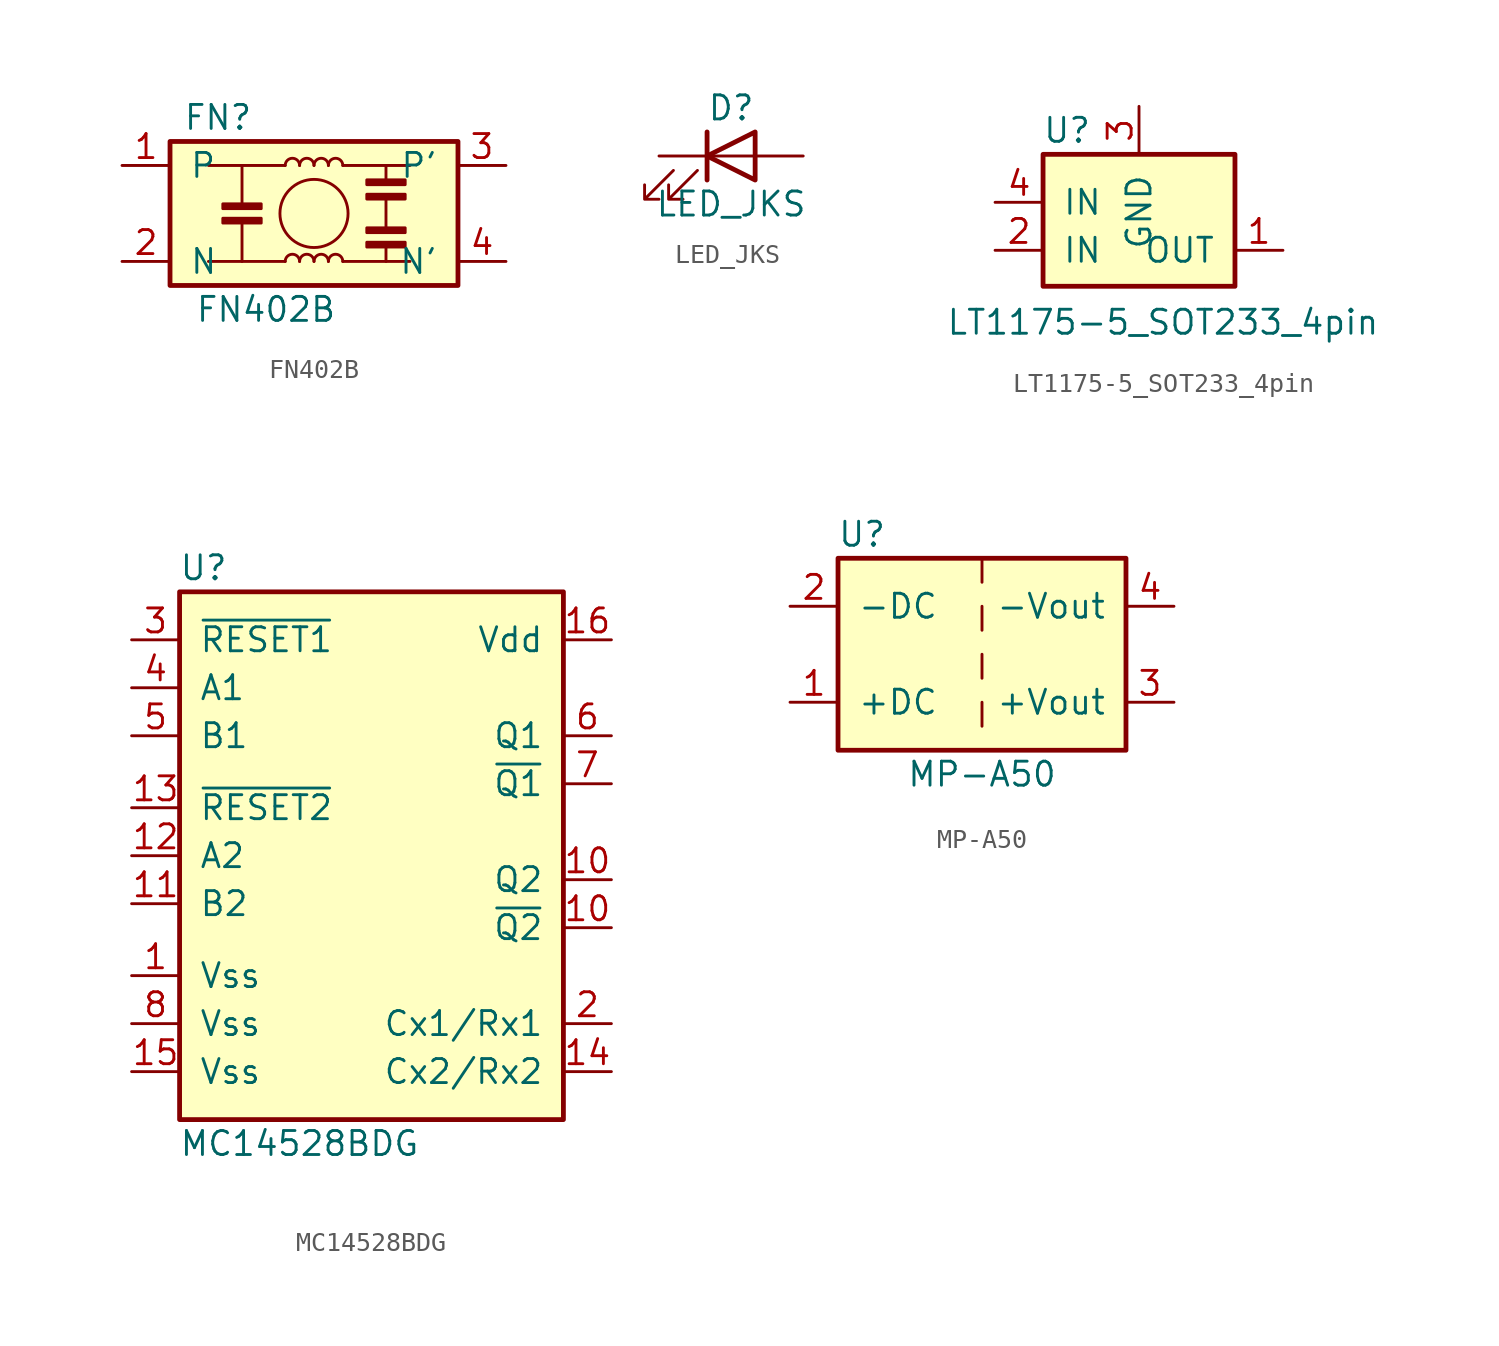
<source format=kicad_sym>
(kicad_symbol_lib
  (version 20211014)
  (generator kicad_symbol_editor)
  (symbol "FN402B"
    (pin_names
      (offset 1.016))
    (property "Reference" "FN"
      (at -5.08 5.08 0)
      (effects (font (size 1.27 1.27))))
    (property "Value" "FN402B"
      (at -2.54 -5.08 0)
      (effects (font (size 1.27 1.27))))
    (symbol "FN402B_1_1"
      (rectangle (start -7.62 3.81) (end 7.62 -3.81) (stroke (width 0.254) (type default) (color 0 0 0 0)) (fill (type background)))
      (rectangle (start -4.826 -0.254) (end -2.794 -0.508) (stroke (width 0) (type default) (color 0 0 0 0)) (fill (type outline)))
      (rectangle (start -4.826 0.254) (end -2.794 0.508) (stroke (width 0) (type default) (color 0 0 0 0)) (fill (type outline)))
      (arc (start -0.762 -2.54) (mid -1.143 -2.159) (end -1.524 -2.54) (stroke (width 0) (type default) (color 0 0 0 0)) (fill (type none)))
      (arc (start -0.762 2.54) (mid -1.143 2.921) (end -1.524 2.54) (stroke (width 0) (type default) (color 0 0 0 0)) (fill (type none)))
      (arc (start 0 -2.54) (mid -0.381 -2.159) (end -0.762 -2.54) (stroke (width 0) (type default) (color 0 0 0 0)) (fill (type none)))
      (polyline (pts (xy -3.81 -0.508) (xy -3.81 -2.54)) (stroke (width 0) (type default) (color 0 0 0 0)) (fill (type none)))
      (polyline (pts (xy -3.81 0.508) (xy -3.81 2.54)) (stroke (width 0) (type default) (color 0 0 0 0)) (fill (type none)))
      (polyline (pts (xy -1.524 -2.54) (xy -5.588 -2.54)) (stroke (width 0) (type default) (color 0 0 0 0)) (fill (type none)))
      (polyline (pts (xy -1.524 2.54) (xy -5.588 2.54)) (stroke (width 0) (type default) (color 0 0 0 0)) (fill (type none)))
      (polyline (pts (xy 1.524 -2.54) (xy 5.08 -2.54)) (stroke (width 0) (type default) (color 0 0 0 0)) (fill (type none)))
      (polyline (pts (xy 3.81 -1.778) (xy 3.81 -2.54)) (stroke (width 0) (type default) (color 0 0 0 0)) (fill (type none)))
      (polyline (pts (xy 3.81 0.762) (xy 3.81 -0.762)) (stroke (width 0) (type default) (color 0 0 0 0)) (fill (type none)))
      (polyline (pts (xy 3.81 1.778) (xy 3.81 2.54)) (stroke (width 0) (type default) (color 0 0 0 0)) (fill (type none)))
      (polyline (pts (xy 5.08 2.54) (xy 1.524 2.54)) (stroke (width 0) (type default) (color 0 0 0 0)) (fill (type none)))
      (circle (center 0 0) (radius 1.803) (stroke (width 0) (type default) (color 0 0 0 0)) (fill (type none)))
      (arc (start 0 2.54) (mid -0.381 2.921) (end -0.762 2.54) (stroke (width 0) (type default) (color 0 0 0 0)) (fill (type none)))
      (arc (start 0.762 -2.54) (mid 0.381 -2.159) (end 0 -2.54) (stroke (width 0) (type default) (color 0 0 0 0)) (fill (type none)))
      (arc (start 0.762 2.54) (mid 0.381 2.921) (end 0 2.54) (stroke (width 0) (type default) (color 0 0 0 0)) (fill (type none)))
      (arc (start 1.524 -2.54) (mid 1.143 -2.159) (end 0.762 -2.54) (stroke (width 0) (type default) (color 0 0 0 0)) (fill (type none)))
      (arc (start 1.524 2.54) (mid 1.143 2.921) (end 0.762 2.54) (stroke (width 0) (type default) (color 0 0 0 0)) (fill (type none)))
      (rectangle (start 2.794 -1.524) (end 4.826 -1.778) (stroke (width 0) (type default) (color 0 0 0 0)) (fill (type outline)))
      (rectangle (start 2.794 -1.016) (end 4.826 -0.762) (stroke (width 0) (type default) (color 0 0 0 0)) (fill (type outline)))
      (rectangle (start 2.794 1.016) (end 4.826 0.762) (stroke (width 0) (type default) (color 0 0 0 0)) (fill (type outline)))
      (rectangle (start 2.794 1.524) (end 4.826 1.778) (stroke (width 0) (type default) (color 0 0 0 0)) (fill (type outline)))
      (pin passive line (at -10.16 2.54 0) (length 2.54) (name "P" (effects (font (size 1.27 1.27)))) (number "1" (effects (font (size 1.27 1.27)))))
      (pin passive line (at -10.16 -2.54 0) (length 2.54) (name "N" (effects (font (size 1.27 1.27)))) (number "2" (effects (font (size 1.27 1.27)))))
      (pin passive line (at 10.16 2.54 180) (length 2.54) (name "P'" (effects (font (size 1.27 1.27)))) (number "3" (effects (font (size 1.27 1.27)))))
      (pin passive line (at 10.16 -2.54 180) (length 2.54) (name "N'" (effects (font (size 1.27 1.27)))) (number "4" (effects (font (size 1.27 1.27)))))))
  (symbol "LED_JKS"
    (pin_numbers hide)
    (pin_names
      (offset 1.016) hide)
    (property "Reference" "D"
      (at 0 2.54 0)
      (effects (font (size 1.27 1.27))))
    (property "Value" "LED_JKS"
      (at 0 -2.54 0)
      (effects (font (size 1.27 1.27))))
    (symbol "LED_JKS_1_1"
      (polyline (pts (xy -1.27 -1.27) (xy -1.27 1.27)) (stroke (width 0.254) (type default) (color 0 0 0 0)) (fill (type none)))
      (polyline (pts (xy -1.27 0) (xy 1.27 0)) (stroke (width 0) (type default) (color 0 0 0 0)) (fill (type none)))
      (polyline (pts (xy 1.27 -1.27) (xy 1.27 1.27) (xy -1.27 0) (xy 1.27 -1.27)) (stroke (width 0.254) (type default) (color 0 0 0 0)) (fill (type none)))
      (polyline (pts (xy -3.048 -0.762) (xy -4.572 -2.286) (xy -3.81 -2.286) (xy -4.572 -2.286) (xy -4.572 -1.524)) (stroke (width 0) (type default) (color 0 0 0 0)) (fill (type none)))
      (polyline (pts (xy -1.778 -0.762) (xy -3.302 -2.286) (xy -2.54 -2.286) (xy -3.302 -2.286) (xy -3.302 -1.524)) (stroke (width 0) (type default) (color 0 0 0 0)) (fill (type none)))
      (pin passive line (at 3.81 0 180) (length 2.54) (name "a" (effects (font (size 1.27 1.27)))) (number "1" (effects (font (size 1.27 1.27)))))
      (pin passive line (at -3.81 0 0) (length 2.54) (name "k" (effects (font (size 1.27 1.27)))) (number "2" (effects (font (size 1.27 1.27)))))))
  (symbol "LT1175-5_SOT233_4pin"
    (pin_names
      (offset 1.016))
    (property "Reference" "U"
      (at -3.81 6.35 0)
      (effects (font (size 1.27 1.27))))
    (property "Value" "LT1175-5_SOT233_4pin"
      (at 1.27 -3.81 0)
      (effects (font (size 1.27 1.27))))
    (symbol "LT1175-5_SOT233_4pin_1_1"
      (rectangle (start -5.08 -1.905) (end 5.08 5.08) (stroke (width 0.254) (type default) (color 0 0 0 0)) (fill (type background)))
      (pin power_out line (at 7.62 0 180) (length 2.54) (name "OUT" (effects (font (size 1.27 1.27)))) (number "1" (effects (font (size 1.27 1.27)))))
      (pin power_in line (at -7.62 0 0) (length 2.54) (name "IN" (effects (font (size 1.27 1.27)))) (number "2" (effects (font (size 1.27 1.27)))))
      (pin power_in line (at 0 7.62 270) (length 2.54) (name "GND" (effects (font (size 1.27 1.27)))) (number "3" (effects (font (size 1.27 1.27)))))
      (pin power_in line (at -7.62 2.54 0) (length 2.54) (name "IN" (effects (font (size 1.27 1.27)))) (number "4" (effects (font (size 1.27 1.27)))))))
  (symbol "MC14528BDG"
    (pin_names
      (offset 1.016))
    (property "Reference" "U"
      (at -8.89 19.05 0)
      (effects (font (size 1.27 1.27))))
    (property "Value" "MC14528BDG"
      (at -3.81 -11.43 0)
      (effects (font (size 1.27 1.27))))
    (symbol "MC14528BDG_0_0"
      (pin unspecified line (at -12.7 6.35 0) (length 2.54) (name "~{RESET2}" (effects (font (size 1.27 1.27)))) (number "13" (effects (font (size 1.27 1.27)))))
      (pin unspecified line (at -12.7 15.24 0) (length 2.54) (name "~{RESET1}" (effects (font (size 1.27 1.27)))) (number "3" (effects (font (size 1.27 1.27)))))
      (pin unspecified line (at -12.7 12.7 0) (length 2.54) (name "A1" (effects (font (size 1.27 1.27)))) (number "4" (effects (font (size 1.27 1.27)))))
      (pin unspecified line (at -12.7 10.16 0) (length 2.54) (name "B1" (effects (font (size 1.27 1.27)))) (number "5" (effects (font (size 1.27 1.27))))))
    (symbol "MC14528BDG_0_1"
      (rectangle (start -10.16 17.78) (end 10.16 -10.16) (stroke (width 0.254) (type default) (color 0 0 0 0)) (fill (type background))))
    (symbol "MC14528BDG_1_1"
      (pin unspecified line (at -12.7 -2.54 0) (length 2.54) (name "Vss" (effects (font (size 1.27 1.27)))) (number "1" (effects (font (size 1.27 1.27)))))
      (pin unspecified line (at 12.7 2.54 180) (length 2.54) (name "Q2" (effects (font (size 1.27 1.27)))) (number "10" (effects (font (size 1.27 1.27)))))
      (pin unspecified line (at 12.7 0 180) (length 2.54) (name "~{Q2}" (effects (font (size 1.27 1.27)))) (number "10" (effects (font (size 1.27 1.27)))))
      (pin unspecified line (at -12.7 1.27 0) (length 2.54) (name "B2" (effects (font (size 1.27 1.27)))) (number "11" (effects (font (size 1.27 1.27)))))
      (pin unspecified line (at -12.7 3.81 0) (length 2.54) (name "A2" (effects (font (size 1.27 1.27)))) (number "12" (effects (font (size 1.27 1.27)))))
      (pin unspecified line (at 12.7 -7.62 180) (length 2.54) (name "Cx2/Rx2" (effects (font (size 1.27 1.27)))) (number "14" (effects (font (size 1.27 1.27)))))
      (pin unspecified line (at -12.7 -7.62 0) (length 2.54) (name "Vss" (effects (font (size 1.27 1.27)))) (number "15" (effects (font (size 1.27 1.27)))))
      (pin unspecified line (at 12.7 15.24 180) (length 2.54) (name "Vdd" (effects (font (size 1.27 1.27)))) (number "16" (effects (font (size 1.27 1.27)))))
      (pin unspecified line (at 12.7 -5.08 180) (length 2.54) (name "Cx1/Rx1" (effects (font (size 1.27 1.27)))) (number "2" (effects (font (size 1.27 1.27)))))
      (pin unspecified line (at 12.7 10.16 180) (length 2.54) (name "Q1" (effects (font (size 1.27 1.27)))) (number "6" (effects (font (size 1.27 1.27)))))
      (pin unspecified line (at 12.7 7.62 180) (length 2.54) (name "~{Q1}" (effects (font (size 1.27 1.27)))) (number "7" (effects (font (size 1.27 1.27)))))
      (pin unspecified line (at -12.7 -5.08 0) (length 2.54) (name "Vss" (effects (font (size 1.27 1.27)))) (number "8" (effects (font (size 1.27 1.27)))))))
  (symbol "MP-A50"
    (pin_names
      (offset 1.016))
    (property "Reference" "U"
      (at -6.35 6.35 0)
      (effects (font (size 1.27 1.27))))
    (property "Value" "MP-A50"
      (at 0 -6.35 0)
      (effects (font (size 1.27 1.27))))
    (symbol "MP-A50_1_1"
      (rectangle (start -7.62 5.08) (end 7.62 -5.08) (stroke (width 0.254) (type default) (color 0 0 0 0)) (fill (type background)))
      (polyline (pts (xy 0 -2.54) (xy 0 -3.81)) (stroke (width 0) (type default) (color 0 0 0 0)) (fill (type none)))
      (polyline (pts (xy 0 0) (xy 0 -1.27)) (stroke (width 0) (type default) (color 0 0 0 0)) (fill (type none)))
      (polyline (pts (xy 0 2.54) (xy 0 1.27)) (stroke (width 0) (type default) (color 0 0 0 0)) (fill (type none)))
      (polyline (pts (xy 0 5.08) (xy 0 3.81)) (stroke (width 0) (type default) (color 0 0 0 0)) (fill (type none)))
      (pin power_in line (at -10.16 -2.54 0) (length 2.54) (name "+DC" (effects (font (size 1.27 1.27)))) (number "1" (effects (font (size 1.27 1.27)))))
      (pin power_in line (at -10.16 2.54 0) (length 2.54) (name "-DC" (effects (font (size 1.27 1.27)))) (number "2" (effects (font (size 1.27 1.27)))))
      (pin power_out line (at 10.16 -2.54 180) (length 2.54) (name "+Vout" (effects (font (size 1.27 1.27)))) (number "3" (effects (font (size 1.27 1.27)))))
      (pin power_out line (at 10.16 2.54 180) (length 2.54) (name "-Vout" (effects (font (size 1.27 1.27)))) (number "4" (effects (font (size 1.27 1.27))))))))
</source>
